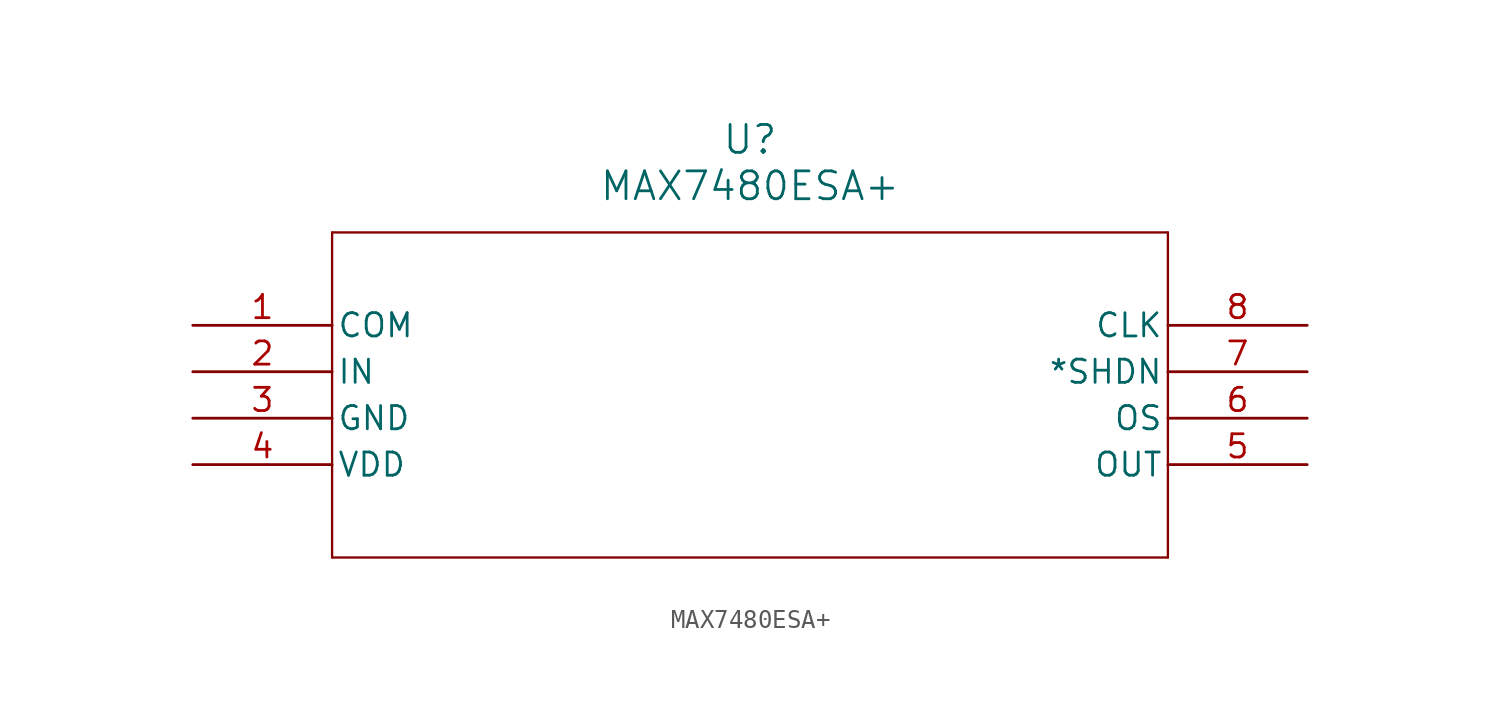
<source format=kicad_sym>
(kicad_symbol_lib
  (version 20211014)
  (generator kicad_symbol_editor)
  (symbol "MAX7480ESA+"
    (pin_names
      (offset 0.254))
    (property "Reference" "U"
      (at 30.48 10.16 0)
      (effects (font (size 1.524 1.524))))
    (property "Value" "MAX7480ESA+"
      (at 30.48 7.62 0)
      (effects (font (size 1.524 1.524))))
    (symbol "MAX7480ESA+_0_1"
      (polyline (pts (xy 7.62 5.08) (xy 7.62 -12.7)) (stroke (width 0.127) (type default) (color 0 0 0 0)) (fill (type none)))
      (polyline (pts (xy 7.62 -12.7) (xy 53.34 -12.7)) (stroke (width 0.127) (type default) (color 0 0 0 0)) (fill (type none)))
      (polyline (pts (xy 53.34 -12.7) (xy 53.34 5.08)) (stroke (width 0.127) (type default) (color 0 0 0 0)) (fill (type none)))
      (polyline (pts (xy 53.34 5.08) (xy 7.62 5.08)) (stroke (width 0.127) (type default) (color 0 0 0 0)) (fill (type none)))
      (pin input line (at 0 0 0) (length 7.62) (name "COM" (effects (font (size 1.27 1.27)))) (number "1" (effects (font (size 1.27 1.27)))))
      (pin input line (at 0 -2.54 0) (length 7.62) (name "IN" (effects (font (size 1.27 1.27)))) (number "2" (effects (font (size 1.27 1.27)))))
      (pin power_in line (at 0 -5.08 0) (length 7.62) (name "GND" (effects (font (size 1.27 1.27)))) (number "3" (effects (font (size 1.27 1.27)))))
      (pin power_in line (at 0 -7.62 0) (length 7.62) (name "VDD" (effects (font (size 1.27 1.27)))) (number "4" (effects (font (size 1.27 1.27)))))
      (pin output line (at 60.96 -7.62 180) (length 7.62) (name "OUT" (effects (font (size 1.27 1.27)))) (number "5" (effects (font (size 1.27 1.27)))))
      (pin input line (at 60.96 -5.08 180) (length 7.62) (name "OS" (effects (font (size 1.27 1.27)))) (number "6" (effects (font (size 1.27 1.27)))))
      (pin input line (at 60.96 -2.54 180) (length 7.62) (name "*SHDN" (effects (font (size 1.27 1.27)))) (number "7" (effects (font (size 1.27 1.27)))))
      (pin input line (at 60.96 0 180) (length 7.62) (name "CLK" (effects (font (size 1.27 1.27)))) (number "8" (effects (font (size 1.27 1.27))))))))
</source>
